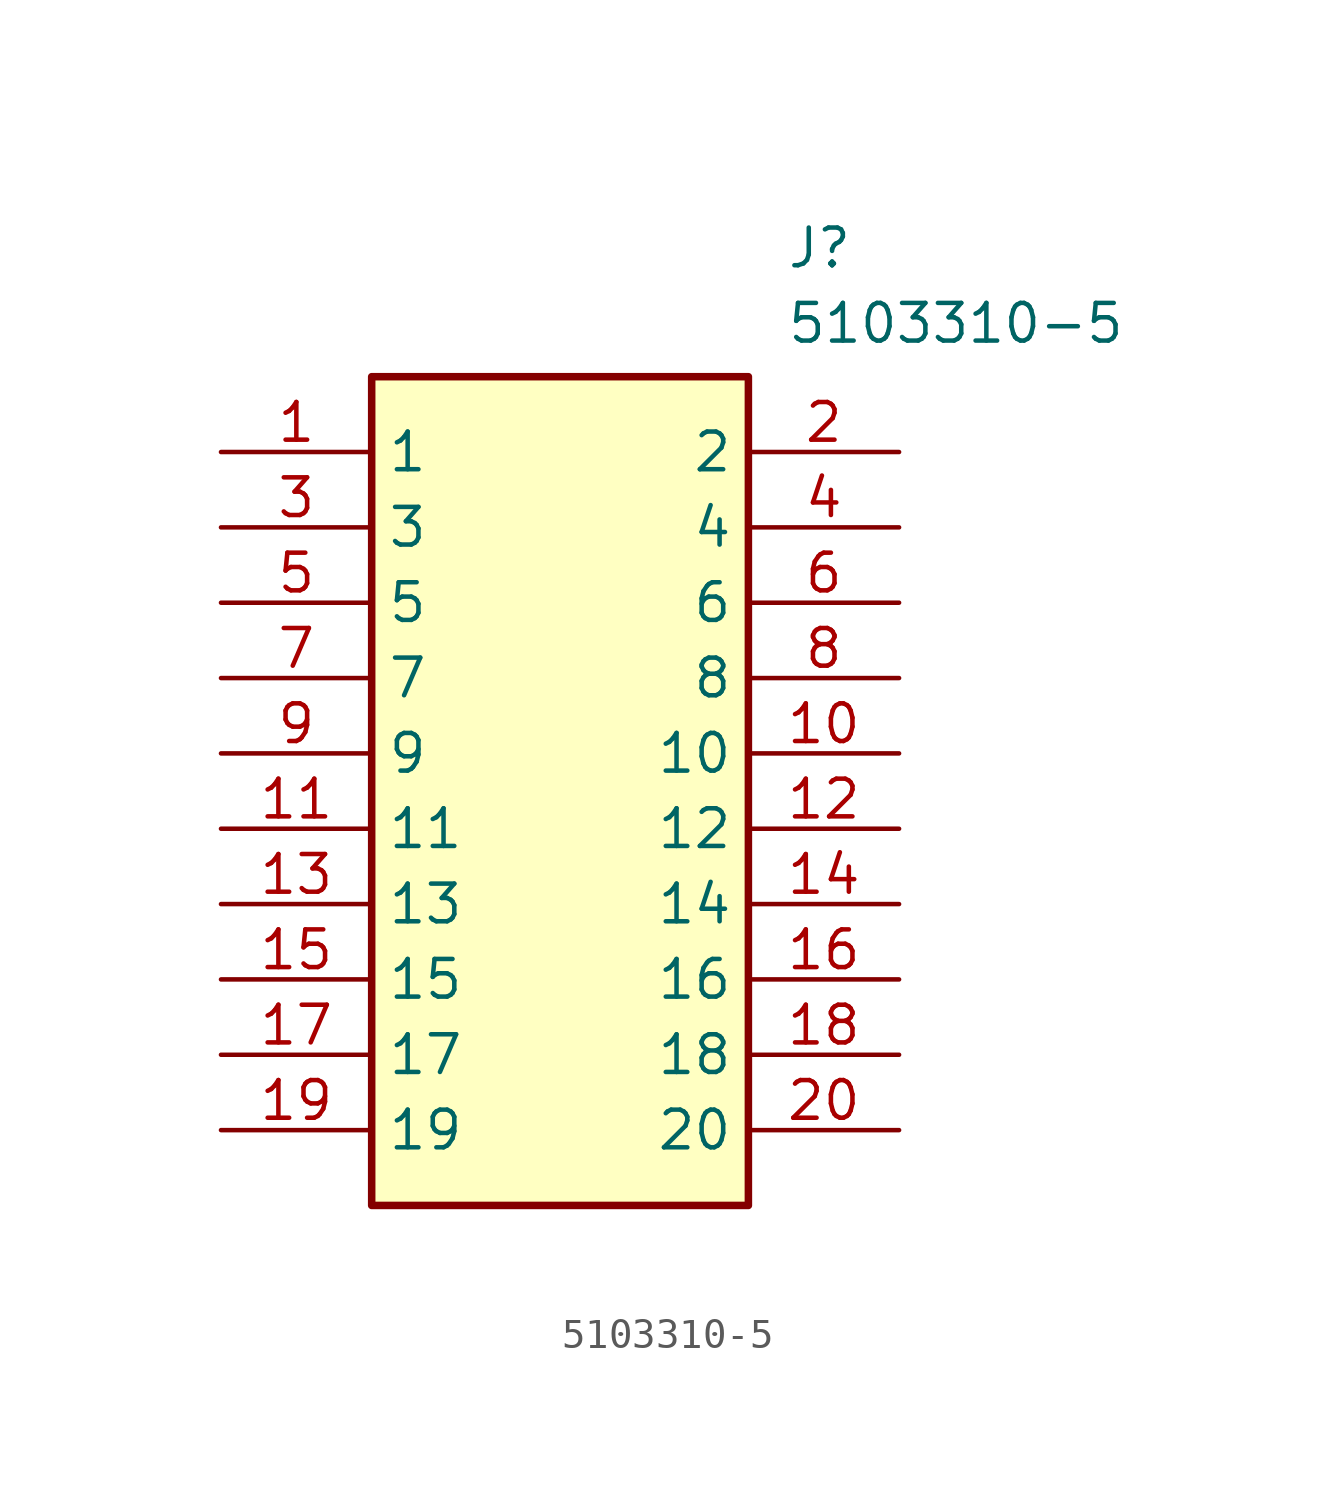
<source format=kicad_sym>
(kicad_symbol_lib
  (version 20211014)
  (generator SamacSys_ECAD_Model)
  (symbol "5103310-5"
    (property "Reference" "J"
      (at 19.05 7.62 0)
      (effects (font (size 1.27 1.27)) (justify left top)))
    (property "Value" "5103310-5"
      (at 19.05 5.08 0)
      (effects (font (size 1.27 1.27)) (justify left top)))
    (rectangle
      (start 5.08 2.54)
      (end 17.78 -25.4)
      (stroke (width 0.254) (type default))
      (fill (type background)))
    (pin passive line
      (at 0 0 0)
      (length 5.08)
      (name "1" (effects (font (size 1.27 1.27))))
      (number "1" (effects (font (size 1.27 1.27)))))
    (pin passive line
      (at 0 -2.54 0)
      (length 5.08)
      (name "3" (effects (font (size 1.27 1.27))))
      (number "3" (effects (font (size 1.27 1.27)))))
    (pin passive line
      (at 0 -5.08 0)
      (length 5.08)
      (name "5" (effects (font (size 1.27 1.27))))
      (number "5" (effects (font (size 1.27 1.27)))))
    (pin passive line
      (at 0 -7.62 0)
      (length 5.08)
      (name "7" (effects (font (size 1.27 1.27))))
      (number "7" (effects (font (size 1.27 1.27)))))
    (pin passive line
      (at 0 -10.16 0)
      (length 5.08)
      (name "9" (effects (font (size 1.27 1.27))))
      (number "9" (effects (font (size 1.27 1.27)))))
    (pin passive line
      (at 0 -12.7 0)
      (length 5.08)
      (name "11" (effects (font (size 1.27 1.27))))
      (number "11" (effects (font (size 1.27 1.27)))))
    (pin passive line
      (at 0 -15.24 0)
      (length 5.08)
      (name "13" (effects (font (size 1.27 1.27))))
      (number "13" (effects (font (size 1.27 1.27)))))
    (pin passive line
      (at 0 -17.78 0)
      (length 5.08)
      (name "15" (effects (font (size 1.27 1.27))))
      (number "15" (effects (font (size 1.27 1.27)))))
    (pin passive line
      (at 0 -20.32 0)
      (length 5.08)
      (name "17" (effects (font (size 1.27 1.27))))
      (number "17" (effects (font (size 1.27 1.27)))))
    (pin passive line
      (at 0 -22.86 0)
      (length 5.08)
      (name "19" (effects (font (size 1.27 1.27))))
      (number "19" (effects (font (size 1.27 1.27)))))
    (pin passive line
      (at 22.86 0 180)
      (length 5.08)
      (name "2" (effects (font (size 1.27 1.27))))
      (number "2" (effects (font (size 1.27 1.27)))))
    (pin passive line
      (at 22.86 -2.54 180)
      (length 5.08)
      (name "4" (effects (font (size 1.27 1.27))))
      (number "4" (effects (font (size 1.27 1.27)))))
    (pin passive line
      (at 22.86 -5.08 180)
      (length 5.08)
      (name "6" (effects (font (size 1.27 1.27))))
      (number "6" (effects (font (size 1.27 1.27)))))
    (pin passive line
      (at 22.86 -7.62 180)
      (length 5.08)
      (name "8" (effects (font (size 1.27 1.27))))
      (number "8" (effects (font (size 1.27 1.27)))))
    (pin passive line
      (at 22.86 -10.16 180)
      (length 5.08)
      (name "10" (effects (font (size 1.27 1.27))))
      (number "10" (effects (font (size 1.27 1.27)))))
    (pin passive line
      (at 22.86 -12.7 180)
      (length 5.08)
      (name "12" (effects (font (size 1.27 1.27))))
      (number "12" (effects (font (size 1.27 1.27)))))
    (pin passive line
      (at 22.86 -15.24 180)
      (length 5.08)
      (name "14" (effects (font (size 1.27 1.27))))
      (number "14" (effects (font (size 1.27 1.27)))))
    (pin passive line
      (at 22.86 -17.78 180)
      (length 5.08)
      (name "16" (effects (font (size 1.27 1.27))))
      (number "16" (effects (font (size 1.27 1.27)))))
    (pin passive line
      (at 22.86 -20.32 180)
      (length 5.08)
      (name "18" (effects (font (size 1.27 1.27))))
      (number "18" (effects (font (size 1.27 1.27)))))
    (pin passive line
      (at 22.86 -22.86 180)
      (length 5.08)
      (name "20" (effects (font (size 1.27 1.27))))
      (number "20" (effects (font (size 1.27 1.27)))))))
</source>
